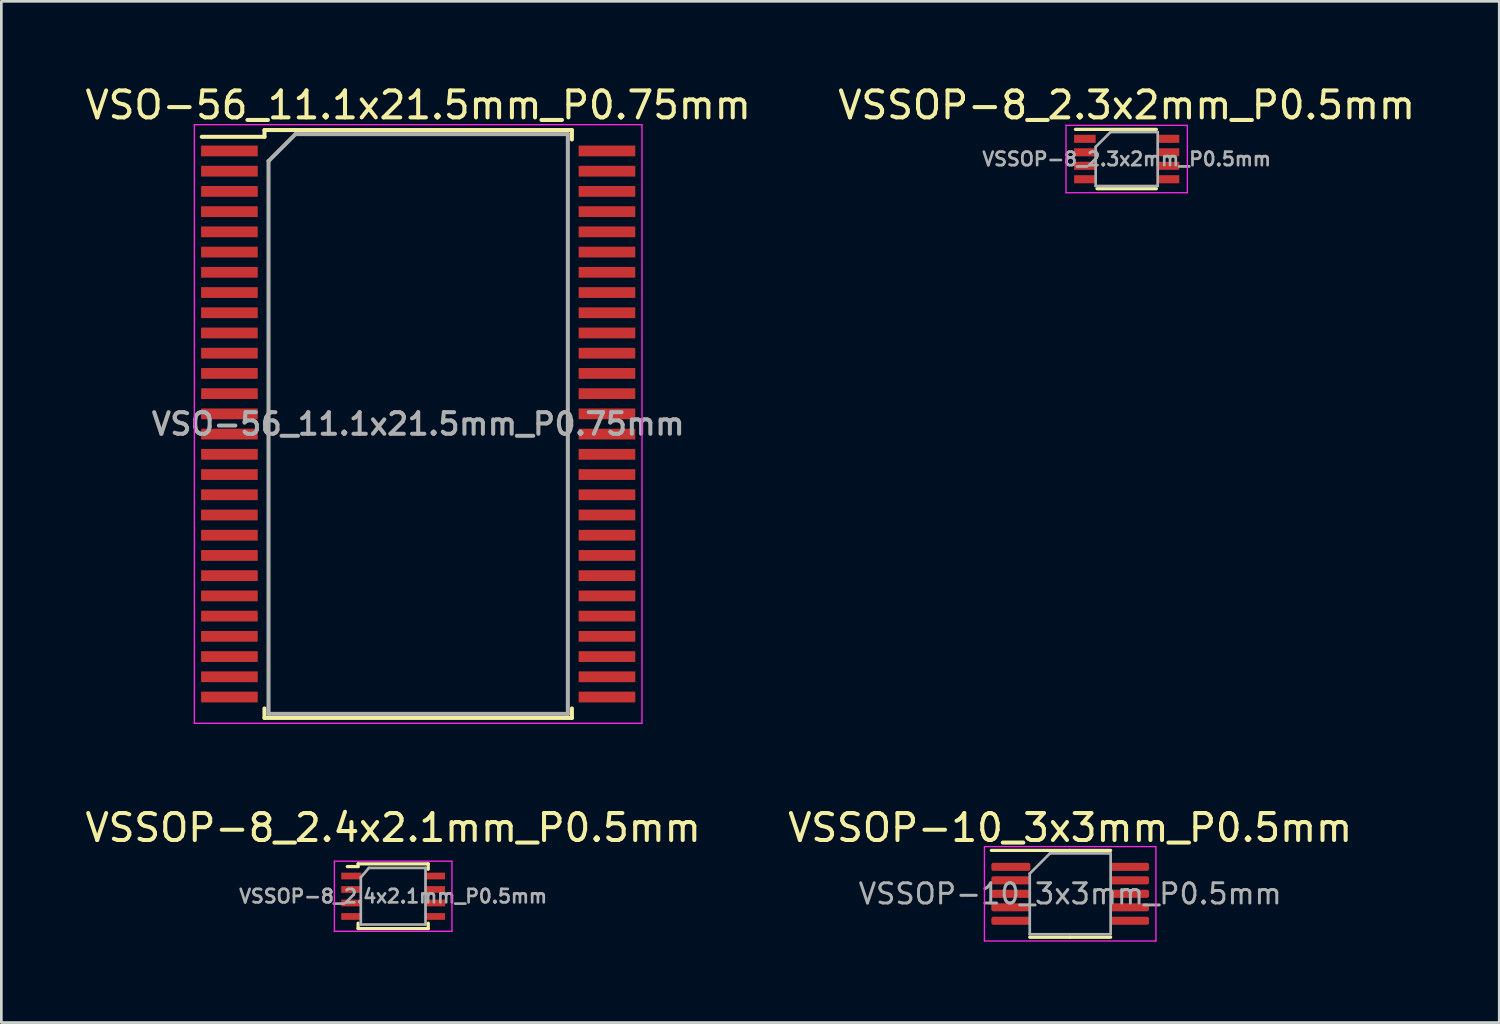
<source format=kicad_pcb>
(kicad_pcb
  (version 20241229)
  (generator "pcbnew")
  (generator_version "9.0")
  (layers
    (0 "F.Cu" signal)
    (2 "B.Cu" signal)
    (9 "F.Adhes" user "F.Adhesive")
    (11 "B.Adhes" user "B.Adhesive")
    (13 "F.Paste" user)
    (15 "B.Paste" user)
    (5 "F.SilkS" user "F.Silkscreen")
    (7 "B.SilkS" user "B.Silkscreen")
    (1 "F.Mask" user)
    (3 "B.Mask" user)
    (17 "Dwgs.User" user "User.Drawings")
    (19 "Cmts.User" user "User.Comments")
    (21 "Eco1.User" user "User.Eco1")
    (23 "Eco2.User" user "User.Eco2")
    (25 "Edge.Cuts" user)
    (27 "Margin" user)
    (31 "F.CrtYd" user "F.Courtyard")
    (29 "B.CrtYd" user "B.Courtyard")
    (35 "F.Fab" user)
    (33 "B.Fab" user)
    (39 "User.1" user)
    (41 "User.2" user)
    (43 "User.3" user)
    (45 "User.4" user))
  (footprint "VSO-56_11.1x21.5mm_P0.75mm"
    (layer "F.Cu")
    (at 12.458 12.673)
    (property "Reference" "VSO-56_11.1x21.5mm_P0.75mm" (at 0 -11.825 0) (layer "F.SilkS") (effects (font (size 1 1) (thickness 0.15))))
    (attr smd)
    (fp_line (start -5.7 -10.9) (end -5.7 -10.65) (stroke (width 0.15) (type solid)) (layer "F.SilkS"))
    (fp_line (start -5.7 -10.9) (end 5.7 -10.9) (stroke (width 0.15) (type solid)) (layer "F.SilkS"))
    (fp_line (start -5.7 -10.65) (end -8.025 -10.65) (stroke (width 0.15) (type solid)) (layer "F.SilkS"))
    (fp_line (start -5.7 10.9) (end -5.7 10.55) (stroke (width 0.15) (type solid)) (layer "F.SilkS"))
    (fp_line (start -5.7 10.9) (end 5.7 10.9) (stroke (width 0.15) (type solid)) (layer "F.SilkS"))
    (fp_line (start 5.7 -10.9) (end 5.7 -10.55) (stroke (width 0.15) (type solid)) (layer "F.SilkS"))
    (fp_line (start 5.7 10.9) (end 5.7 10.55) (stroke (width 0.15) (type solid)) (layer "F.SilkS"))
    (fp_line (start -8.3 -11.1) (end -8.3 11.1) (stroke (width 0.05) (type solid)) (layer "F.CrtYd"))
    (fp_line (start -8.3 -11.1) (end 8.3 -11.1) (stroke (width 0.05) (type solid)) (layer "F.CrtYd"))
    (fp_line (start -8.3 11.1) (end 8.3 11.1) (stroke (width 0.05) (type solid)) (layer "F.CrtYd"))
    (fp_line (start 8.3 -11.1) (end 8.3 11.1) (stroke (width 0.05) (type solid)) (layer "F.CrtYd"))
    (fp_line (start -5.55 -9.75) (end -4.55 -10.75) (stroke (width 0.15) (type solid)) (layer "F.Fab"))
    (fp_line (start -5.55 10.75) (end -5.55 -9.75) (stroke (width 0.15) (type solid)) (layer "F.Fab"))
    (fp_line (start -4.55 -10.75) (end 5.55 -10.75) (stroke (width 0.15) (type solid)) (layer "F.Fab"))
    (fp_line (start 5.55 -10.75) (end 5.55 10.75) (stroke (width 0.15) (type solid)) (layer "F.Fab"))
    (fp_line (start 5.55 10.75) (end -5.55 10.75) (stroke (width 0.15) (type solid)) (layer "F.Fab"))
    (fp_text user "${REFERENCE}" (at 0 0 0) (layer "F.Fab") (effects (font (size 0.8 0.8) (thickness 0.15))))
    (pad "1" smd rect (at -7 -10.125) (size 2.1 0.4) (layers "F.Cu" "F.Mask" "F.Paste"))
    (pad "2" smd rect (at -7 -9.375) (size 2.1 0.4) (layers "F.Cu" "F.Mask" "F.Paste"))
    (pad "3" smd rect (at -7 -8.625) (size 2.1 0.4) (layers "F.Cu" "F.Mask" "F.Paste"))
    (pad "4" smd rect (at -7 -7.875) (size 2.1 0.4) (layers "F.Cu" "F.Mask" "F.Paste"))
    (pad "5" smd rect (at -7 -7.125) (size 2.1 0.4) (layers "F.Cu" "F.Mask" "F.Paste"))
    (pad "6" smd rect (at -7 -6.375) (size 2.1 0.4) (layers "F.Cu" "F.Mask" "F.Paste"))
    (pad "7" smd rect (at -7 -5.625) (size 2.1 0.4) (layers "F.Cu" "F.Mask" "F.Paste"))
    (pad "8" smd rect (at -7 -4.875) (size 2.1 0.4) (layers "F.Cu" "F.Mask" "F.Paste"))
    (pad "9" smd rect (at -7 -4.125) (size 2.1 0.4) (layers "F.Cu" "F.Mask" "F.Paste"))
    (pad "10" smd rect (at -7 -3.375) (size 2.1 0.4) (layers "F.Cu" "F.Mask" "F.Paste"))
    (pad "11" smd rect (at -7 -2.625) (size 2.1 0.4) (layers "F.Cu" "F.Mask" "F.Paste"))
    (pad "12" smd rect (at -7 -1.875) (size 2.1 0.4) (layers "F.Cu" "F.Mask" "F.Paste"))
    (pad "13" smd rect (at -7 -1.125) (size 2.1 0.4) (layers "F.Cu" "F.Mask" "F.Paste"))
    (pad "14" smd rect (at -7 -0.375) (size 2.1 0.4) (layers "F.Cu" "F.Mask" "F.Paste"))
    (pad "15" smd rect (at -7 0.375) (size 2.1 0.4) (layers "F.Cu" "F.Mask" "F.Paste"))
    (pad "16" smd rect (at -7 1.125) (size 2.1 0.4) (layers "F.Cu" "F.Mask" "F.Paste"))
    (pad "17" smd rect (at -7 1.875) (size 2.1 0.4) (layers "F.Cu" "F.Mask" "F.Paste"))
    (pad "18" smd rect (at -7 2.625) (size 2.1 0.4) (layers "F.Cu" "F.Mask" "F.Paste"))
    (pad "19" smd rect (at -7 3.375) (size 2.1 0.4) (layers "F.Cu" "F.Mask" "F.Paste"))
    (pad "20" smd rect (at -7 4.125) (size 2.1 0.4) (layers "F.Cu" "F.Mask" "F.Paste"))
    (pad "21" smd rect (at -7 4.875) (size 2.1 0.4) (layers "F.Cu" "F.Mask" "F.Paste"))
    (pad "22" smd rect (at -7 5.625) (size 2.1 0.4) (layers "F.Cu" "F.Mask" "F.Paste"))
    (pad "23" smd rect (at -7 6.375) (size 2.1 0.4) (layers "F.Cu" "F.Mask" "F.Paste"))
    (pad "24" smd rect (at -7 7.125) (size 2.1 0.4) (layers "F.Cu" "F.Mask" "F.Paste"))
    (pad "25" smd rect (at -7 7.875) (size 2.1 0.4) (layers "F.Cu" "F.Mask" "F.Paste"))
    (pad "26" smd rect (at -7 8.625) (size 2.1 0.4) (layers "F.Cu" "F.Mask" "F.Paste"))
    (pad "27" smd rect (at -7 9.375) (size 2.1 0.4) (layers "F.Cu" "F.Mask" "F.Paste"))
    (pad "28" smd rect (at -7 10.125) (size 2.1 0.4) (layers "F.Cu" "F.Mask" "F.Paste"))
    (pad "29" smd rect (at 7 10.125) (size 2.1 0.4) (layers "F.Cu" "F.Mask" "F.Paste"))
    (pad "30" smd rect (at 7 9.375) (size 2.1 0.4) (layers "F.Cu" "F.Mask" "F.Paste"))
    (pad "31" smd rect (at 7 8.625) (size 2.1 0.4) (layers "F.Cu" "F.Mask" "F.Paste"))
    (pad "32" smd rect (at 7 7.875) (size 2.1 0.4) (layers "F.Cu" "F.Mask" "F.Paste"))
    (pad "33" smd rect (at 7 7.125) (size 2.1 0.4) (layers "F.Cu" "F.Mask" "F.Paste"))
    (pad "34" smd rect (at 7 6.375) (size 2.1 0.4) (layers "F.Cu" "F.Mask" "F.Paste"))
    (pad "35" smd rect (at 7 5.625) (size 2.1 0.4) (layers "F.Cu" "F.Mask" "F.Paste"))
    (pad "36" smd rect (at 7 4.875) (size 2.1 0.4) (layers "F.Cu" "F.Mask" "F.Paste"))
    (pad "37" smd rect (at 7 4.125) (size 2.1 0.4) (layers "F.Cu" "F.Mask" "F.Paste"))
    (pad "38" smd rect (at 7 3.375) (size 2.1 0.4) (layers "F.Cu" "F.Mask" "F.Paste"))
    (pad "39" smd rect (at 7 2.625) (size 2.1 0.4) (layers "F.Cu" "F.Mask" "F.Paste"))
    (pad "40" smd rect (at 7 1.875) (size 2.1 0.4) (layers "F.Cu" "F.Mask" "F.Paste"))
    (pad "41" smd rect (at 7 1.125) (size 2.1 0.4) (layers "F.Cu" "F.Mask" "F.Paste"))
    (pad "42" smd rect (at 7 0.375) (size 2.1 0.4) (layers "F.Cu" "F.Mask" "F.Paste"))
    (pad "43" smd rect (at 7 -0.375) (size 2.1 0.4) (layers "F.Cu" "F.Mask" "F.Paste"))
    (pad "44" smd rect (at 7 -1.125) (size 2.1 0.4) (layers "F.Cu" "F.Mask" "F.Paste"))
    (pad "45" smd rect (at 7 -1.875) (size 2.1 0.4) (layers "F.Cu" "F.Mask" "F.Paste"))
    (pad "46" smd rect (at 7 -2.625) (size 2.1 0.4) (layers "F.Cu" "F.Mask" "F.Paste"))
    (pad "47" smd rect (at 7 -3.375) (size 2.1 0.4) (layers "F.Cu" "F.Mask" "F.Paste"))
    (pad "48" smd rect (at 7 -4.125) (size 2.1 0.4) (layers "F.Cu" "F.Mask" "F.Paste"))
    (pad "49" smd rect (at 7 -4.875) (size 2.1 0.4) (layers "F.Cu" "F.Mask" "F.Paste"))
    (pad "50" smd rect (at 7 -5.625) (size 2.1 0.4) (layers "F.Cu" "F.Mask" "F.Paste"))
    (pad "51" smd rect (at 7 -6.375) (size 2.1 0.4) (layers "F.Cu" "F.Mask" "F.Paste"))
    (pad "52" smd rect (at 7 -7.125) (size 2.1 0.4) (layers "F.Cu" "F.Mask" "F.Paste"))
    (pad "53" smd rect (at 7 -7.875) (size 2.1 0.4) (layers "F.Cu" "F.Mask" "F.Paste"))
    (pad "54" smd rect (at 7 -8.625) (size 2.1 0.4) (layers "F.Cu" "F.Mask" "F.Paste"))
    (pad "55" smd rect (at 7 -9.375) (size 2.1 0.4) (layers "F.Cu" "F.Mask" "F.Paste"))
    (pad "56" smd rect (at 7 -10.125) (size 2.1 0.4) (layers "F.Cu" "F.Mask" "F.Paste")))
  (footprint "VSSOP-8_2.4x2.1mm_P0.5mm"
    (layer "F.Cu")
    (at 11.53 30.186)
    (property "Reference" "VSSOP-8_2.4x2.1mm_P0.5mm" (at 0 -2.54 0) (layer "F.SilkS") (effects (font (size 1 1) (thickness 0.15))))
    (attr smd)
    (fp_line (start -1.3 -1.2) (end -1.3 -1.1) (stroke (width 0.12) (type solid)) (layer "F.SilkS"))
    (fp_line (start -1.3 -1.1) (end -1.7 -1.1) (stroke (width 0.12) (type solid)) (layer "F.SilkS"))
    (fp_line (start -1.3 1.2) (end -1.3 1) (stroke (width 0.12) (type solid)) (layer "F.SilkS"))
    (fp_line (start -1.3 1.2) (end 1.3 1.2) (stroke (width 0.12) (type solid)) (layer "F.SilkS"))
    (fp_line (start 1.3 -1.2) (end -1.3 -1.2) (stroke (width 0.12) (type solid)) (layer "F.SilkS"))
    (fp_line (start 1.3 -1) (end 1.3 -1.2) (stroke (width 0.12) (type solid)) (layer "F.SilkS"))
    (fp_line (start 1.3 1.2) (end 1.3 1) (stroke (width 0.12) (type solid)) (layer "F.SilkS"))
    (fp_line (start -2.18 -1.3) (end 2.18 -1.3) (stroke (width 0.05) (type solid)) (layer "F.CrtYd"))
    (fp_line (start -2.18 1.3) (end -2.18 -1.3) (stroke (width 0.05) (type solid)) (layer "F.CrtYd"))
    (fp_line (start 2.18 -1.3) (end 2.18 1.3) (stroke (width 0.05) (type solid)) (layer "F.CrtYd"))
    (fp_line (start 2.18 1.3) (end -2.18 1.3) (stroke (width 0.05) (type solid)) (layer "F.CrtYd"))
    (fp_line (start -1.2 -0.7) (end -1.2 1.05) (stroke (width 0.1) (type solid)) (layer "F.Fab"))
    (fp_line (start -1.2 1.05) (end 1.2 1.05) (stroke (width 0.1) (type solid)) (layer "F.Fab"))
    (fp_line (start -0.9 -1.05) (end -1.2 -0.7) (stroke (width 0.1) (type solid)) (layer "F.Fab"))
    (fp_line (start 1.2 -1.05) (end -0.9 -1.05) (stroke (width 0.1) (type solid)) (layer "F.Fab"))
    (fp_line (start 1.2 1.05) (end 1.2 -1.05) (stroke (width 0.1) (type solid)) (layer "F.Fab"))
    (fp_text user "${REFERENCE}" (at 0 0 0) (layer "F.Fab") (effects (font (size 0.5 0.5) (thickness 0.1))))
    (pad "1" smd rect (at -1.55 -0.75) (size 0.75 0.25) (layers "F.Cu" "F.Mask" "F.Paste"))
    (pad "2" smd rect (at -1.55 -0.25) (size 0.75 0.25) (layers "F.Cu" "F.Mask" "F.Paste"))
    (pad "3" smd rect (at -1.55 0.25) (size 0.75 0.25) (layers "F.Cu" "F.Mask" "F.Paste"))
    (pad "4" smd rect (at -1.55 0.75) (size 0.75 0.25) (layers "F.Cu" "F.Mask" "F.Paste"))
    (pad "5" smd rect (at 1.55 0.75) (size 0.75 0.25) (layers "F.Cu" "F.Mask" "F.Paste"))
    (pad "6" smd rect (at 1.55 0.25) (size 0.75 0.25) (layers "F.Cu" "F.Mask" "F.Paste"))
    (pad "7" smd rect (at 1.55 -0.25) (size 0.75 0.25) (layers "F.Cu" "F.Mask" "F.Paste"))
    (pad "8" smd rect (at 1.55 -0.75) (size 0.75 0.25) (layers "F.Cu" "F.Mask" "F.Paste")))
  (footprint "VSSOP-10_3x3mm_P0.5mm"
    (layer "F.Cu")
    (at 36.637 30.096)
    (property "Reference" "VSSOP-10_3x3mm_P0.5mm" (at 0 -2.45 0) (layer "F.SilkS") (effects (font (size 1 1) (thickness 0.15))))
    (attr smd)
    (fp_line (start 0 -1.61) (end -2.925 -1.61) (stroke (width 0.12) (type solid)) (layer "F.SilkS"))
    (fp_line (start 0 -1.61) (end 1.5 -1.61) (stroke (width 0.12) (type solid)) (layer "F.SilkS"))
    (fp_line (start 0 1.61) (end -1.5 1.61) (stroke (width 0.12) (type solid)) (layer "F.SilkS"))
    (fp_line (start 0 1.61) (end 1.5 1.61) (stroke (width 0.12) (type solid)) (layer "F.SilkS"))
    (fp_line (start -3.18 -1.75) (end -3.18 1.75) (stroke (width 0.05) (type solid)) (layer "F.CrtYd"))
    (fp_line (start -3.18 1.75) (end 3.18 1.75) (stroke (width 0.05) (type solid)) (layer "F.CrtYd"))
    (fp_line (start 3.18 -1.75) (end -3.18 -1.75) (stroke (width 0.05) (type solid)) (layer "F.CrtYd"))
    (fp_line (start 3.18 1.75) (end 3.18 -1.75) (stroke (width 0.05) (type solid)) (layer "F.CrtYd"))
    (fp_line (start -1.5 -0.75) (end -0.75 -1.5) (stroke (width 0.1) (type solid)) (layer "F.Fab"))
    (fp_line (start -1.5 1.5) (end -1.5 -0.75) (stroke (width 0.1) (type solid)) (layer "F.Fab"))
    (fp_line (start -0.75 -1.5) (end 1.5 -1.5) (stroke (width 0.1) (type solid)) (layer "F.Fab"))
    (fp_line (start 1.5 -1.5) (end 1.5 1.5) (stroke (width 0.1) (type solid)) (layer "F.Fab"))
    (fp_line (start 1.5 1.5) (end -1.5 1.5) (stroke (width 0.1) (type solid)) (layer "F.Fab"))
    (fp_text user "${REFERENCE}" (at 0 0 0) (layer "F.Fab") (effects (font (size 0.75 0.75) (thickness 0.11))))
    (pad "1" smd roundrect (at -2.2 -1) (size 1.45 0.3) (layers "F.Cu" "F.Mask" "F.Paste") (roundrect_rratio 0.25))
    (pad "2" smd roundrect (at -2.2 -0.5) (size 1.45 0.3) (layers "F.Cu" "F.Mask" "F.Paste") (roundrect_rratio 0.25))
    (pad "3" smd roundrect (at -2.2 0) (size 1.45 0.3) (layers "F.Cu" "F.Mask" "F.Paste") (roundrect_rratio 0.25))
    (pad "4" smd roundrect (at -2.2 0.5) (size 1.45 0.3) (layers "F.Cu" "F.Mask" "F.Paste") (roundrect_rratio 0.25))
    (pad "5" smd roundrect (at -2.2 1) (size 1.45 0.3) (layers "F.Cu" "F.Mask" "F.Paste") (roundrect_rratio 0.25))
    (pad "6" smd roundrect (at 2.2 1) (size 1.45 0.3) (layers "F.Cu" "F.Mask" "F.Paste") (roundrect_rratio 0.25))
    (pad "7" smd roundrect (at 2.2 0.5) (size 1.45 0.3) (layers "F.Cu" "F.Mask" "F.Paste") (roundrect_rratio 0.25))
    (pad "8" smd roundrect (at 2.2 0) (size 1.45 0.3) (layers "F.Cu" "F.Mask" "F.Paste") (roundrect_rratio 0.25))
    (pad "9" smd roundrect (at 2.2 -0.5) (size 1.45 0.3) (layers "F.Cu" "F.Mask" "F.Paste") (roundrect_rratio 0.25))
    (pad "10" smd roundrect (at 2.2 -1) (size 1.45 0.3) (layers "F.Cu" "F.Mask" "F.Paste") (roundrect_rratio 0.25)))
  (footprint "VSSOP-8_2.3x2mm_P0.5mm"
    (layer "F.Cu")
    (at 38.732 2.848)
    (property "Reference" "VSSOP-8_2.3x2mm_P0.5mm" (at 0 -2 0) (layer "F.SilkS") (effects (font (size 1 1) (thickness 0.15))))
    (attr smd)
    (fp_line (start 1.1 -1.1) (end -1.9 -1.1) (stroke (width 0.12) (type solid)) (layer "F.SilkS"))
    (fp_line (start 1.1 1.1) (end -1.1 1.1) (stroke (width 0.12) (type solid)) (layer "F.SilkS"))
    (fp_line (start -2.25 -1.25) (end 2.25 -1.25) (stroke (width 0.05) (type solid)) (layer "F.CrtYd"))
    (fp_line (start -2.25 1.25) (end -2.25 -1.25) (stroke (width 0.05) (type solid)) (layer "F.CrtYd"))
    (fp_line (start 2.25 -1.25) (end 2.25 1.25) (stroke (width 0.05) (type solid)) (layer "F.CrtYd"))
    (fp_line (start 2.25 1.25) (end -2.25 1.25) (stroke (width 0.05) (type solid)) (layer "F.CrtYd"))
    (fp_line (start -1.15 1) (end -1.15 -0.45) (stroke (width 0.1) (type solid)) (layer "F.Fab"))
    (fp_line (start -0.6 -1) (end -1.15 -0.45) (stroke (width 0.1) (type solid)) (layer "F.Fab"))
    (fp_line (start -0.6 -1) (end 1.15 -1) (stroke (width 0.1) (type solid)) (layer "F.Fab"))
    (fp_line (start 1.15 -1) (end 1.15 1) (stroke (width 0.1) (type solid)) (layer "F.Fab"))
    (fp_line (start 1.15 1) (end -1.15 1) (stroke (width 0.1) (type solid)) (layer "F.Fab"))
    (fp_text user "${REFERENCE}" (at 0 0 0) (layer "F.Fab") (effects (font (size 0.5 0.5) (thickness 0.1))))
    (pad "1" smd rect (at -1.55 -0.75 270) (size 0.3 0.8) (layers "F.Cu" "F.Mask" "F.Paste"))
    (pad "2" smd rect (at -1.55 -0.25 270) (size 0.3 0.8) (layers "F.Cu" "F.Mask" "F.Paste"))
    (pad "3" smd rect (at -1.55 0.25 270) (size 0.3 0.8) (layers "F.Cu" "F.Mask" "F.Paste"))
    (pad "4" smd rect (at -1.55 0.75 270) (size 0.3 0.8) (layers "F.Cu" "F.Mask" "F.Paste"))
    (pad "5" smd rect (at 1.55 0.75 270) (size 0.3 0.8) (layers "F.Cu" "F.Mask" "F.Paste"))
    (pad "6" smd rect (at 1.55 0.25 270) (size 0.3 0.8) (layers "F.Cu" "F.Mask" "F.Paste"))
    (pad "7" smd rect (at 1.55 -0.25 270) (size 0.3 0.8) (layers "F.Cu" "F.Mask" "F.Paste"))
    (pad "8" smd rect (at 1.55 -0.75 270) (size 0.3 0.8) (layers "F.Cu" "F.Mask" "F.Paste")))
  (gr_rect
    (start -3 -3)
    (end 52.548 34.871)
    (stroke (width 0.1) (type default))
    (fill no)
    (layer "Edge.Cuts")))
</source>
